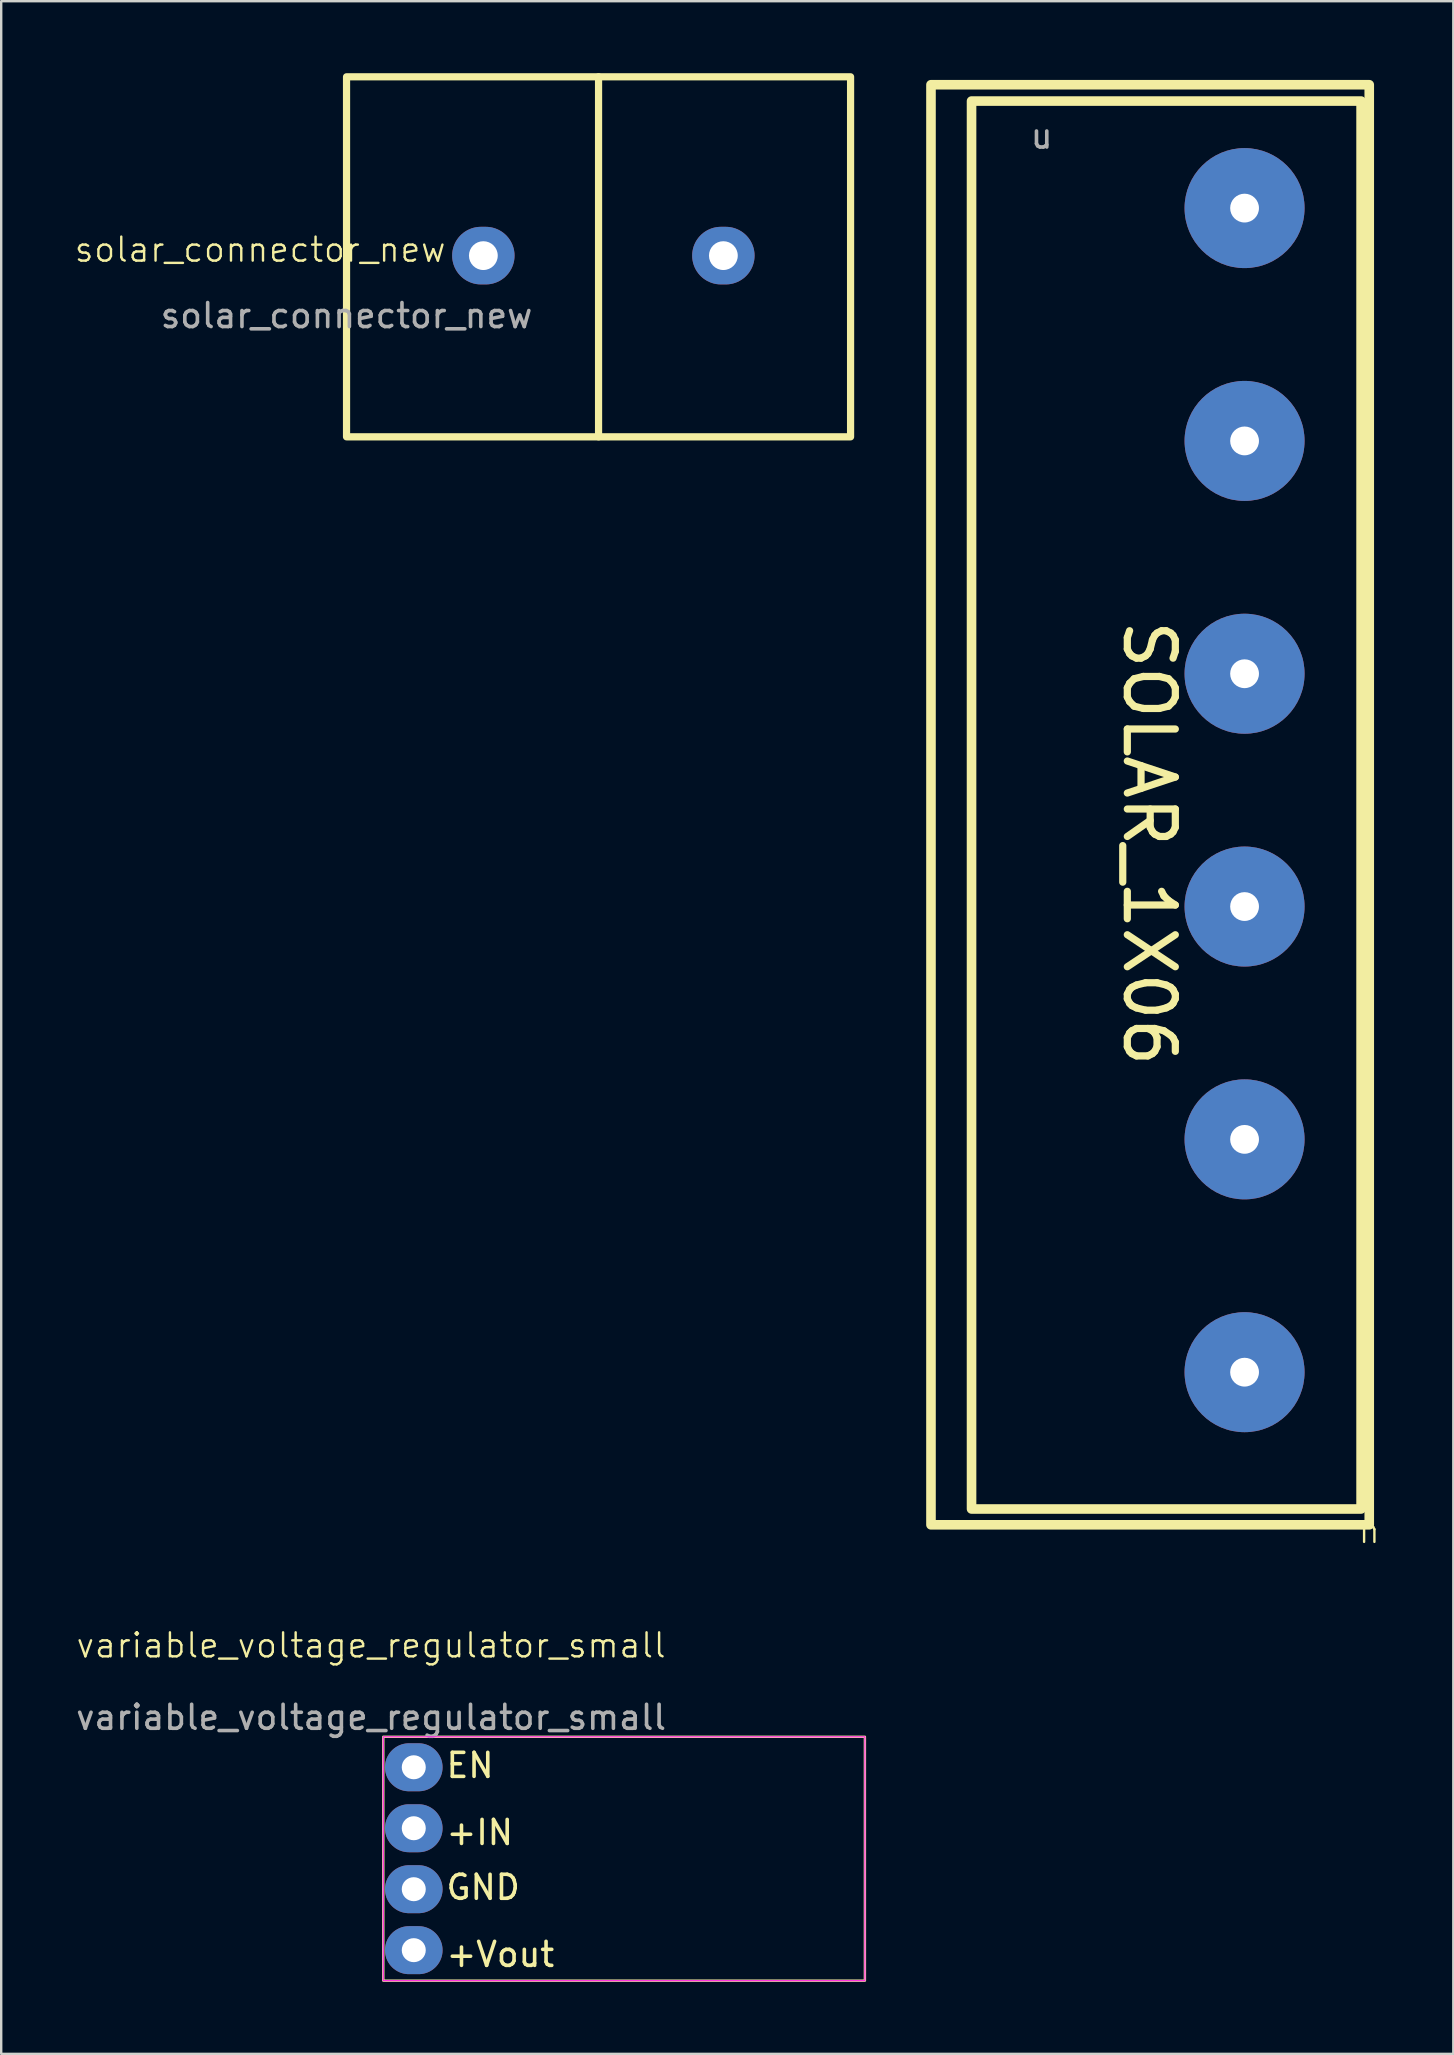
<source format=kicad_pcb>
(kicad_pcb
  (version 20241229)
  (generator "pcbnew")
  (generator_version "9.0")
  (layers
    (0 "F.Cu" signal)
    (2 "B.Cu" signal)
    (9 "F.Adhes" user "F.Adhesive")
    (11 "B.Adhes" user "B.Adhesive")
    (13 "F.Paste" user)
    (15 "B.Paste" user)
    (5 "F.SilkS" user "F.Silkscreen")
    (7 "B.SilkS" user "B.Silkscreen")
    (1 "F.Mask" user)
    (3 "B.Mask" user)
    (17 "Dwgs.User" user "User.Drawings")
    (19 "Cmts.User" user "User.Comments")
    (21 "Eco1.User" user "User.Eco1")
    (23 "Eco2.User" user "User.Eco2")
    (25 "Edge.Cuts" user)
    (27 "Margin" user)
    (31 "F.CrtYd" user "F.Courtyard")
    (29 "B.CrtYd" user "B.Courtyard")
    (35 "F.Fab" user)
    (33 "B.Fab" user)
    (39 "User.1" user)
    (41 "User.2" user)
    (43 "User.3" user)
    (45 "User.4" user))
  (footprint "variable_voltage_regulator_small"
    (layer "F.Cu")
    (at 12.919 69.311)
    (property "Reference" "variable_voltage_regulator_small" (at -0.508 -3.81 0) (unlocked yes) (layer "F.SilkS") (effects (font (size 1 1) (thickness 0.1))))
    (attr through_hole)
    (fp_rect (start 0 0) (end 20.066 10.16) (stroke (width 0.1) (type default)) (fill no) (layer "F.SilkS"))
    (fp_rect (start 0 0) (end 20.066 10.16) (stroke (width 0.05) (type default)) (fill no) (layer "F.CrtYd"))
    (fp_text user "+Vout" (at 2.54 9.652 0) (unlocked yes) (layer "F.SilkS") (effects (font (size 1 1) (thickness 0.15)) (justify left bottom)))
    (fp_text user "GND" (at 2.54 6.858 0) (unlocked yes) (layer "F.SilkS") (effects (font (size 1 1) (thickness 0.15)) (justify left bottom)))
    (fp_text user "+IN" (at 2.54 4.572 0) (unlocked yes) (layer "F.SilkS") (effects (font (size 1 1) (thickness 0.15)) (justify left bottom)))
    (fp_text user "EN" (at 2.54 1.778 0) (unlocked yes) (layer "F.SilkS") (effects (font (size 1 1) (thickness 0.15)) (justify left bottom)))
    (fp_text user "${REFERENCE}" (at -0.508 -0.81 0) (unlocked yes) (layer "F.Fab") (effects (font (size 1 1) (thickness 0.15))))
    (pad "1" thru_hole oval (at 1.27 1.27) (size 2.4 2) (drill 1) (layers "*.Cu" "*.Mask"))
    (pad "2" thru_hole oval (at 1.27 3.81) (size 2.4 2) (drill 1) (layers "*.Cu" "*.Mask"))
    (pad "3" thru_hole oval (at 1.27 6.35) (size 2.4 2) (drill 1) (layers "*.Cu" "*.Mask"))
    (pad "4" thru_hole oval (at 1.27 8.89) (size 2.4 2) (drill 1) (layers "*.Cu" "*.Mask")))
  (footprint "solar_connector_new"
    (layer "F.Cu")
    (at 11.388 7.6)
    (property "Reference" "solar_connector_new" (at -3.6 -0.25 0) (unlocked yes) (layer "F.SilkS") (effects (font (size 1 1) (thickness 0.1))))
    (attr through_hole)
    (fp_line (start 10.5 -7.45) (end 10.5 7.55) (stroke (width 0.3) (type default)) (layer "F.SilkS"))
    (fp_rect (start 0 -7.45) (end 21 7.55) (stroke (width 0.3) (type default)) (fill no) (layer "F.SilkS"))
    (fp_text user "${REFERENCE}" (at 0 2.5 0) (unlocked yes) (layer "F.Fab") (effects (font (size 1 1) (thickness 0.15))))
    (pad "1" thru_hole oval (at 5.7 0) (size 2.6 2.4) (drill oval 1.2) (layers "*.Cu" "*.Mask"))
    (pad "2" thru_hole oval (at 15.7 0) (size 2.6 2.4) (drill oval 1.2) (layers "*.Cu" "*.Mask")))
  (footprint "u"
    (layer "F.Cu")
    (at 40.363 0.25)
    (property "Reference" "u" (at 13.635 60.73 180) (unlocked yes) (layer "F.SilkS") (effects (font (size 1 1) (thickness 0.1))))
    (attr through_hole)
    (fp_rect (start 13.295 59.57) (end -2.935 0.91) (stroke (width 0.4) (type default)) (fill no) (layer "F.SilkS"))
    (fp_rect (start 13.635 60.23) (end -4.625 0.23) (stroke (width 0.4) (type default)) (fill no) (layer "F.SilkS"))
    (fp_text user "SOLAR_1X06" (at 3.295 22.4 270) (unlocked yes) (layer "F.SilkS") (effects (font (size 2 2) (thickness 0.3)) (justify left bottom)))
    (fp_text user "${REFERENCE}" (at -0.015 2.37 0) (unlocked yes) (layer "F.Fab") (effects (font (size 1 1) (thickness 0.15))))
    (pad "1" thru_hole circle (at 8.44 53.87 180) (size 5 5) (drill 1.2) (layers "*.Cu" "*.Mask"))
    (pad "2" thru_hole circle (at 8.44 44.17 180) (size 5 5) (drill 1.2) (layers "*.Cu" "*.Mask"))
    (pad "3" thru_hole circle (at 8.44 34.47 180) (size 5 5) (drill 1.2) (layers "*.Cu" "*.Mask"))
    (pad "4" thru_hole circle (at 8.44 24.77 180) (size 5 5) (drill 1.2) (property pad_prop_testpoint) (layers "*.Cu" "*.Mask"))
    (pad "5" thru_hole circle (at 8.44 15.07 180) (size 5 5) (drill 1.2) (layers "*.Cu" "*.Mask"))
    (pad "6" thru_hole circle (at 8.44 5.37 180) (size 5 5) (drill 1.2) (layers "*.Cu" "*.Mask")))
  (gr_rect
    (start -3 -3)
    (end 57.5 82.521)
    (stroke (width 0.1) (type default))
    (fill no)
    (layer "Edge.Cuts")))
</source>
